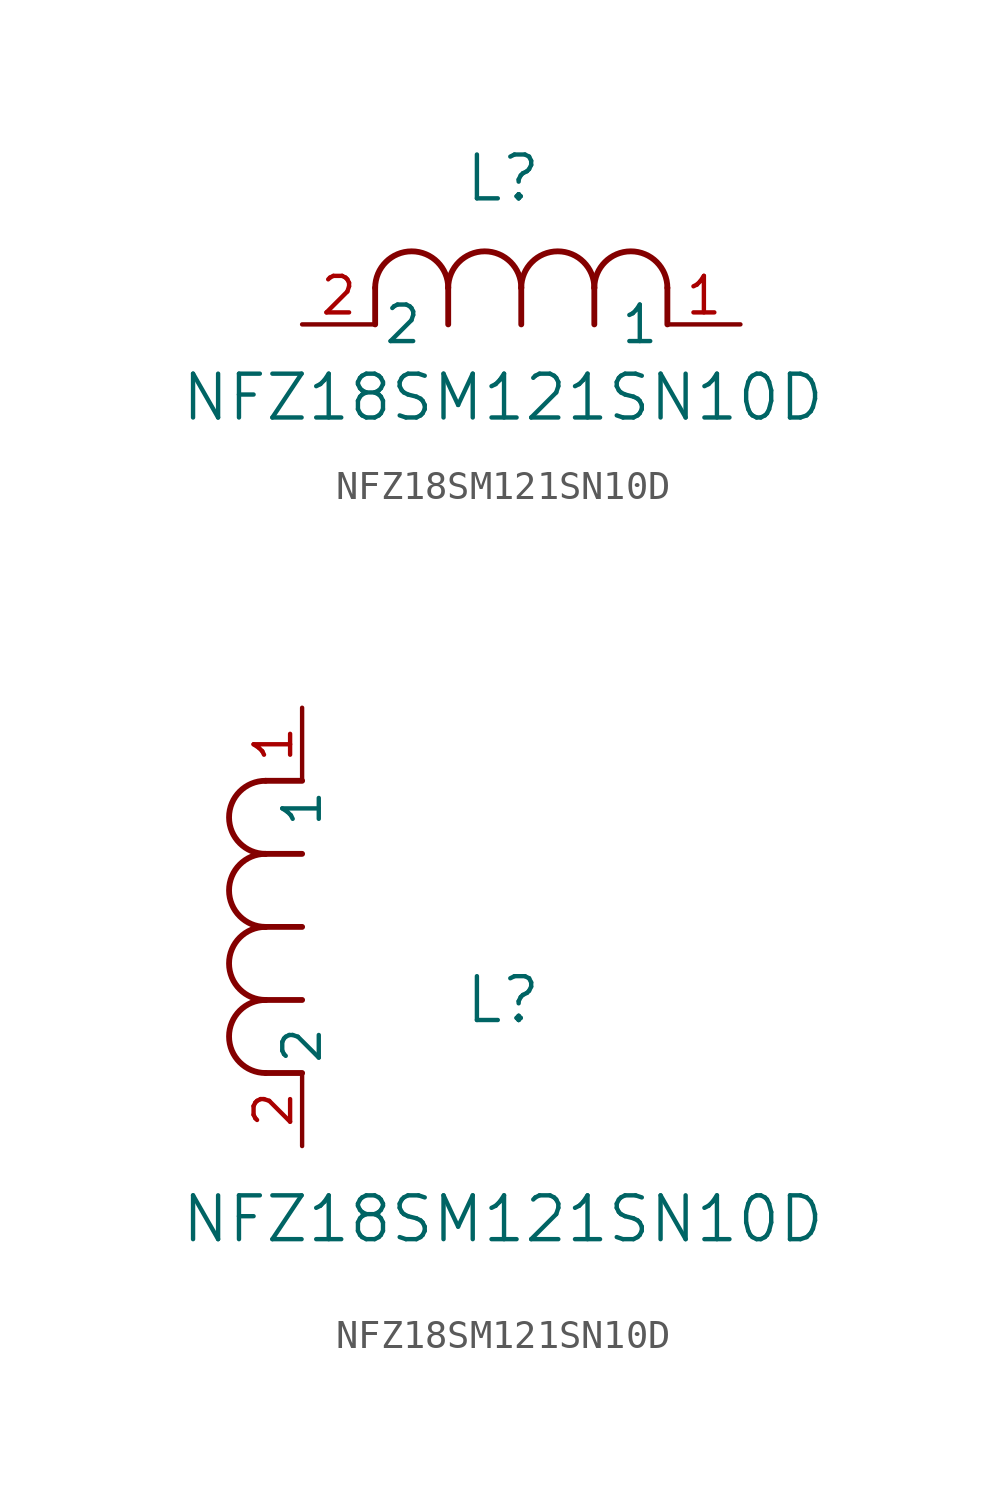
<source format=kicad_sym>
(kicad_symbol_lib
  (version 20220914)
  (generator kicad_symbol_editor)
  (symbol "NFZ18SM121SN10D"
    (pin_names
      (offset 0.254))
    (property "Reference" "L"
      (at 6.985 5.08 0)
      (effects (font (size 1.524 1.524))))
    (property "Value" "NFZ18SM121SN10D"
      (at 6.985 -2.54 0)
      (effects (font (size 1.524 1.524))))
    (property "ki_locked" ""
      (at 0 0 0)
      (effects (font (size 1.27 1.27))))
    (symbol "NFZ18SM121SN10D_1_1"
      (polyline (pts (xy 2.54 0) (xy 2.54 1.27)) (stroke (width 0.203) (type default)) (fill (type none)))
      (polyline (pts (xy 5.08 0) (xy 5.08 1.27)) (stroke (width 0.203) (type default)) (fill (type none)))
      (polyline (pts (xy 7.62 0) (xy 7.62 1.27)) (stroke (width 0.203) (type default)) (fill (type none)))
      (polyline (pts (xy 10.16 0) (xy 10.16 1.27)) (stroke (width 0.203) (type default)) (fill (type none)))
      (polyline (pts (xy 12.7 0) (xy 12.7 1.27)) (stroke (width 0.203) (type default)) (fill (type none)))
      (arc (start 5.08 1.27) (mid 3.81 2.5345) (end 2.54 1.27) (stroke (width 0.2032) (type default)) (fill (type none)))
      (arc (start 7.62 1.27) (mid 6.35 2.5345) (end 5.08 1.27) (stroke (width 0.2032) (type default)) (fill (type none)))
      (arc (start 10.16 1.27) (mid 8.89 2.5345) (end 7.62 1.27) (stroke (width 0.2032) (type default)) (fill (type none)))
      (arc (start 12.7 1.27) (mid 11.43 2.5345) (end 10.16 1.27) (stroke (width 0.2032) (type default)) (fill (type none)))
      (pin passive line (at 15.24 0 180) (length 2.54) (name "1" (effects (font (size 1.27 1.27)))) (number "1" (effects (font (size 1.27 1.27)))))
      (pin passive line (at 0 0 0) (length 2.54) (name "2" (effects (font (size 1.27 1.27)))) (number "2" (effects (font (size 1.27 1.27))))))
    (symbol "NFZ18SM121SN10D_1_2"
      (arc (start -1.27 5.08) (mid -2.5345 3.81) (end -1.27 2.54) (stroke (width 0.2032) (type default)) (fill (type none)))
      (arc (start -1.27 7.62) (mid -2.5345 6.35) (end -1.27 5.08) (stroke (width 0.2032) (type default)) (fill (type none)))
      (arc (start -1.27 10.16) (mid -2.5345 8.89) (end -1.27 7.62) (stroke (width 0.2032) (type default)) (fill (type none)))
      (arc (start -1.27 12.7) (mid -2.5345 11.43) (end -1.27 10.16) (stroke (width 0.2032) (type default)) (fill (type none)))
      (polyline (pts (xy 0 2.54) (xy -1.27 2.54)) (stroke (width 0.203) (type default)) (fill (type none)))
      (polyline (pts (xy 0 5.08) (xy -1.27 5.08)) (stroke (width 0.203) (type default)) (fill (type none)))
      (polyline (pts (xy 0 7.62) (xy -1.27 7.62)) (stroke (width 0.203) (type default)) (fill (type none)))
      (polyline (pts (xy 0 10.16) (xy -1.27 10.16)) (stroke (width 0.203) (type default)) (fill (type none)))
      (polyline (pts (xy 0 12.7) (xy -1.27 12.7)) (stroke (width 0.203) (type default)) (fill (type none)))
      (pin unspecified line (at 0 15.24 270) (length 2.54) (name "1" (effects (font (size 1.27 1.27)))) (number "1" (effects (font (size 1.27 1.27)))))
      (pin unspecified line (at 0 0 90) (length 2.54) (name "2" (effects (font (size 1.27 1.27)))) (number "2" (effects (font (size 1.27 1.27))))))))
</source>
